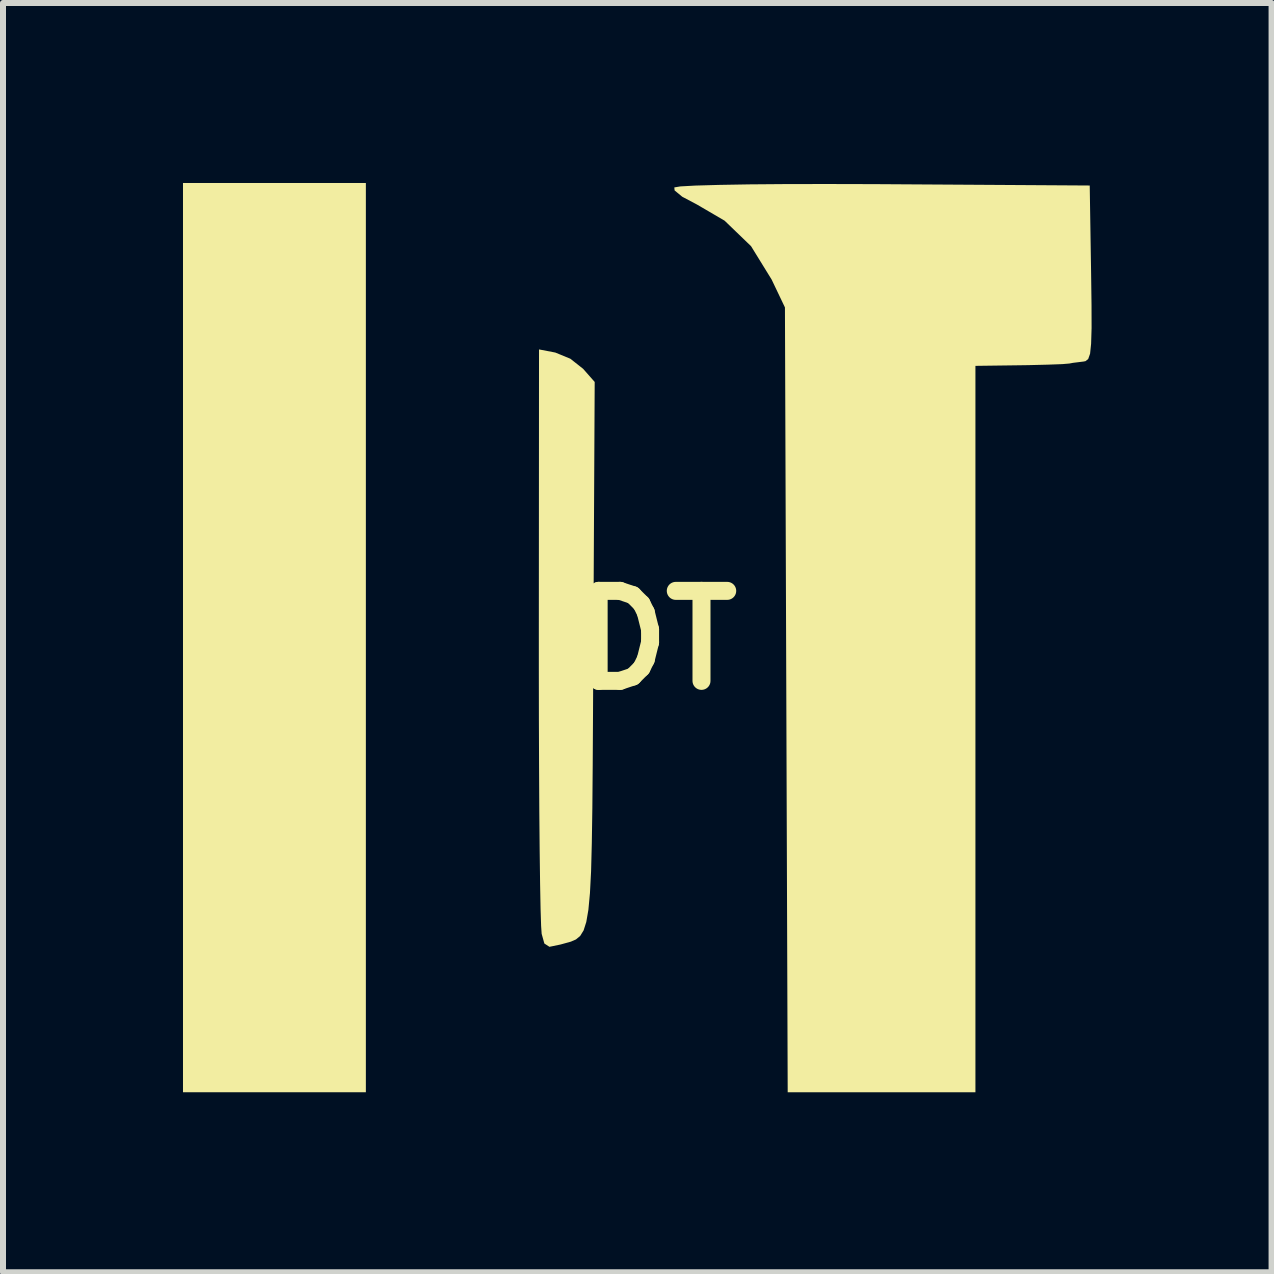
<source format=kicad_pcb>
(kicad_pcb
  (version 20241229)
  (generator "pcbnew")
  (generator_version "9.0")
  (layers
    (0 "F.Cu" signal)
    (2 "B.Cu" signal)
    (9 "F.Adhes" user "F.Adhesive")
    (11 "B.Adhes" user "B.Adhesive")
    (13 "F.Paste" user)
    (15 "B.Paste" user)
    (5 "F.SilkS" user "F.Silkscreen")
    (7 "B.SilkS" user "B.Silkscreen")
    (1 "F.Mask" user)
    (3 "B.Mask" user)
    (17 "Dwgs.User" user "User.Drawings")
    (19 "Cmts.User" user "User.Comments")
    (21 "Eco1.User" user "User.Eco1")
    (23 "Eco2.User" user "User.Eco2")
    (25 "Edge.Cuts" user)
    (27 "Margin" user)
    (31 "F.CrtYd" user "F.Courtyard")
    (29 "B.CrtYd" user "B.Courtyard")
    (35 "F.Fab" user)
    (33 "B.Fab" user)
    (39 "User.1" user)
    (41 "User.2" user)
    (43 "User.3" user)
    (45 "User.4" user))
  (footprint "IDT"
    (layer "F.Cu")
    (at 7.535 7.62)
    (property "Reference" "IDT" (at 0 0 0) (layer "F.SilkS") (effects (font (size 1.5 1.5) (thickness 0.3))))
    (attr board_only exclude_from_pos_files exclude_from_bom)
    (fp_poly (pts (xy -4.487 -0.042) (xy -4.487 7.535) (xy -6.011 7.535) (xy -7.535 7.535) (xy -7.535 -0.042) (xy -7.535 -7.62) (xy -6.011 -7.62) (xy -4.487 -7.62)) (stroke (width 0) (type solid)) (fill yes) (layer "F.SilkS"))
    (fp_poly (pts (xy -1.33 -4.794) (xy -1.079 -4.691) (xy -0.866 -4.523) (xy -0.673 -4.304) (xy -0.696 0.216) (xy -0.701 1.227) (xy -0.706 2.083) (xy -0.712 2.796) (xy -0.721 3.381) (xy -0.733 3.849) (xy -0.752 4.216) (xy -0.778 4.494) (xy -0.813 4.697) (xy -0.858 4.838) (xy -0.915 4.93) (xy -0.985 4.988) (xy -1.07 5.025) (xy -1.171 5.053) (xy -1.244 5.073) (xy -1.427 5.111) (xy -1.512 5.056) (xy -1.557 4.894) (xy -1.566 4.763) (xy -1.575 4.48) (xy -1.583 4.059) (xy -1.59 3.518) (xy -1.596 2.873) (xy -1.6 2.139) (xy -1.603 1.334) (xy -1.604 0.473) (xy -1.604 -0.103) (xy -1.601 -4.846)) (stroke (width 0) (type solid)) (fill yes) (layer "F.SilkS"))
    (fp_poly (pts (xy 3.982 -7.601) (xy 4.154 -7.6) (xy 7.578 -7.578) (xy 7.601 -6.117) (xy 7.608 -5.586) (xy 7.609 -5.202) (xy 7.601 -4.939) (xy 7.584 -4.775) (xy 7.553 -4.687) (xy 7.509 -4.651) (xy 7.474 -4.644) (xy 7.297 -4.622) (xy 7.239 -4.611) (xy 7.121 -4.601) (xy 6.877 -4.592) (xy 6.553 -4.584) (xy 6.413 -4.582) (xy 5.673 -4.572) (xy 5.673 1.482) (xy 5.673 7.535) (xy 4.108 7.535) (xy 2.544 7.535) (xy 2.521 0.995) (xy 2.498 -5.546) (xy 2.276 -6.011) (xy 1.933 -6.567) (xy 1.492 -6.992) (xy 1.03 -7.262) (xy 0.786 -7.391) (xy 0.659 -7.496) (xy 0.654 -7.546) (xy 0.754 -7.563) (xy 1.007 -7.577) (xy 1.395 -7.588) (xy 1.904 -7.597) (xy 2.516 -7.602) (xy 3.214 -7.603)) (stroke (width 0) (type solid)) (fill yes) (layer "F.SilkS")))
  (gr_rect
    (start -3 -3)
    (end 18.144 18.155)
    (stroke (width 0.1) (type default))
    (fill no)
    (layer "Edge.Cuts")))
</source>
